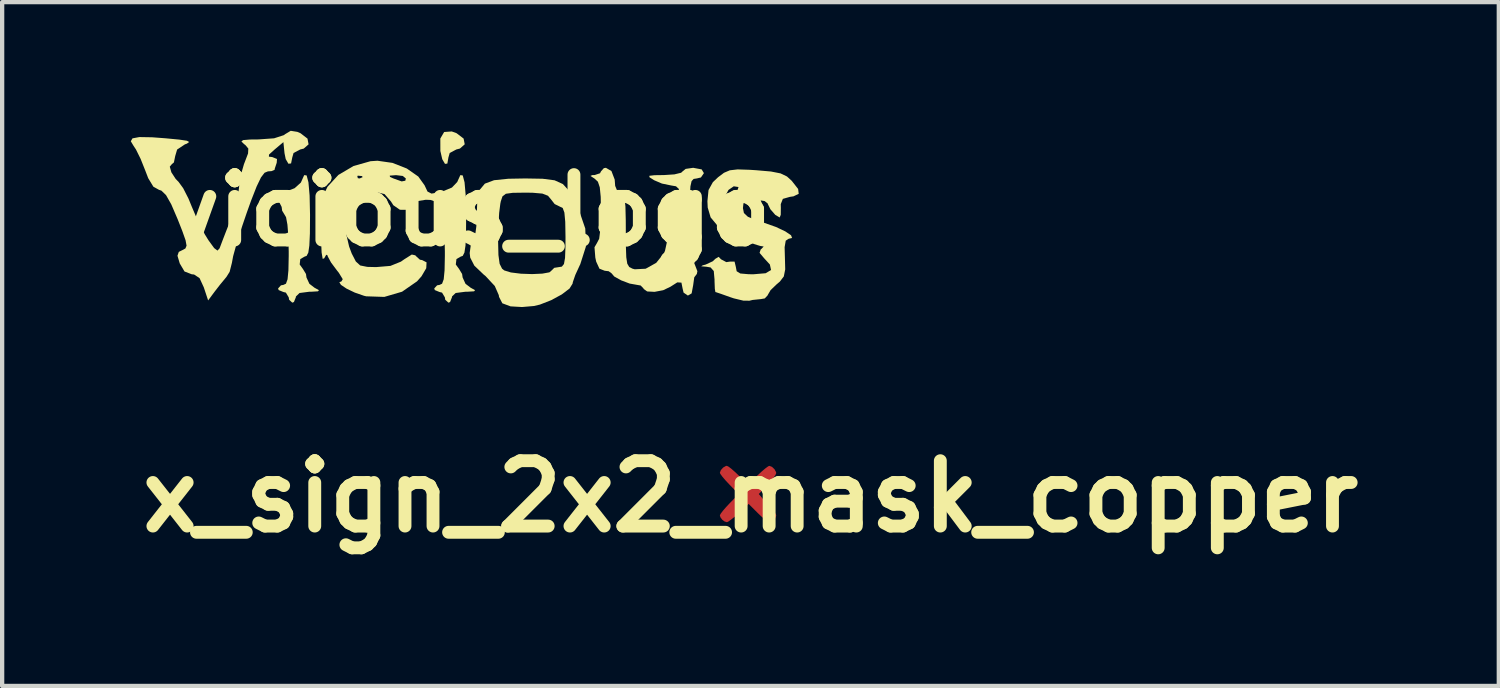
<source format=kicad_pcb>
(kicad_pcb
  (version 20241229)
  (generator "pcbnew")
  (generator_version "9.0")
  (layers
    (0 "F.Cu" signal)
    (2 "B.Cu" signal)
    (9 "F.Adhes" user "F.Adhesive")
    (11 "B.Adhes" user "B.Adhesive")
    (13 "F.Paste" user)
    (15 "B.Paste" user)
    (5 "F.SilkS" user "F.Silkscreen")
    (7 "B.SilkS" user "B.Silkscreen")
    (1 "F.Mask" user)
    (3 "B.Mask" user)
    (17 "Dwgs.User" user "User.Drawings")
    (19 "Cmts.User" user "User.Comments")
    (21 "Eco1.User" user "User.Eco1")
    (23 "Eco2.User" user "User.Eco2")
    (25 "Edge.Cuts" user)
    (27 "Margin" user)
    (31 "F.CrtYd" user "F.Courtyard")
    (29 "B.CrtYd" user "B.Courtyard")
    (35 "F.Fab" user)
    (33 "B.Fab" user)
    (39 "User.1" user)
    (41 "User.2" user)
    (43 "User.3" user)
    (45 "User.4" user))
  (footprint "vicious_logo"
    (layer "F.Cu")
    (at 7.902 1.856)
    (property "Reference" "vicious_logo" (at 0 0 0) (layer "F.SilkS") (effects (font (size 1.524 1.524) (thickness 0.3))))
    (attr board_only exclude_from_pos_files exclude_from_bom)
    (fp_poly (pts (xy -0.306 -1.8) (xy -0.142 -1.675) (xy -0.116 -1.541) (xy -0.228 -1.442) (xy -0.311 -1.421) (xy -0.466 -1.339) (xy -0.496 -1.235) (xy -0.521 -1.092) (xy -0.576 -1.085) (xy -0.64 -1.194) (xy -0.684 -1.386) (xy -0.685 -1.676) (xy -0.596 -1.828) (xy -0.418 -1.841)) (stroke (width 0) (type solid)) (fill yes) (layer "F.SilkS"))
    (fp_poly (pts (xy -3.802 -0.815) (xy -3.76 -0.655) (xy -3.733 -0.349) (xy -3.723 0.098) (xy -3.723 0.124) (xy -3.726 0.542) (xy -3.739 0.82) (xy -3.763 0.984) (xy -3.803 1.061) (xy -3.847 1.076) (xy -3.95 1.135) (xy -3.964 1.261) (xy -3.889 1.365) (xy -3.817 1.483) (xy -3.806 1.564) (xy -3.738 1.711) (xy -3.62 1.802) (xy -3.515 1.86) (xy -3.538 1.887) (xy -3.706 1.897) (xy -3.744 1.897) (xy -3.968 1.926) (xy -4.052 2.007) (xy -4.054 2.027) (xy -4.099 2.137) (xy -4.137 2.151) (xy -4.21 2.084) (xy -4.22 2.027) (xy -4.286 1.917) (xy -4.344 1.903) (xy -4.454 1.858) (xy -4.468 1.82) (xy -4.401 1.747) (xy -4.344 1.737) (xy -4.284 1.709) (xy -4.247 1.606) (xy -4.227 1.4) (xy -4.22 1.063) (xy -4.22 0.956) (xy -4.228 0.611) (xy -4.25 0.332) (xy -4.282 0.159) (xy -4.302 0.124) (xy -4.373 0.007) (xy -4.385 -0.082) (xy -4.457 -0.223) (xy -4.571 -0.269) (xy -4.645 -0.298) (xy -4.58 -0.342) (xy -4.367 -0.408) (xy -4.082 -0.518) (xy -3.936 -0.65) (xy -3.927 -0.671) (xy -3.859 -0.823)) (stroke (width 0) (type solid)) (fill yes) (layer "F.SilkS"))
    (fp_poly (pts (xy 1.7 -0.738) (xy 1.979 -0.702) (xy 2.173 -0.614) (xy 2.321 -0.452) (xy 2.464 -0.194) (xy 2.535 -0.044) (xy 2.695 0.423) (xy 2.709 0.845) (xy 2.578 1.256) (xy 2.565 1.282) (xy 2.463 1.504) (xy 2.405 1.672) (xy 2.399 1.707) (xy 2.328 1.822) (xy 2.146 1.96) (xy 1.901 2.093) (xy 1.638 2.196) (xy 1.5 2.229) (xy 1.22 2.253) (xy 0.958 2.238) (xy 0.951 2.237) (xy 0.761 2.166) (xy 0.684 2.016) (xy 0.678 1.975) (xy 0.585 1.763) (xy 0.368 1.53) (xy 0.326 1.496) (xy 0.108 1.288) (xy 0.012 1.101) (xy 0 0.994) (xy 0.026 0.804) (xy 0.079 0.709) (xy 0.662 0.709) (xy 0.67 1.041) (xy 0.698 1.245) (xy 0.755 1.359) (xy 0.807 1.4) (xy 0.961 1.447) (xy 1.195 1.476) (xy 1.456 1.485) (xy 1.695 1.474) (xy 1.859 1.444) (xy 1.903 1.407) (xy 1.972 1.339) (xy 2.068 1.324) (xy 2.149 1.311) (xy 2.198 1.25) (xy 2.223 1.109) (xy 2.233 0.856) (xy 2.234 0.621) (xy 2.228 0.267) (xy 2.208 0.051) (xy 2.169 -0.056) (xy 2.113 -0.083) (xy 1.981 -0.148) (xy 1.903 -0.248) (xy 1.826 -0.341) (xy 1.695 -0.392) (xy 1.464 -0.412) (xy 1.29 -0.414) (xy 1.005 -0.41) (xy 0.843 -0.388) (xy 0.764 -0.327) (xy 0.725 -0.21) (xy 0.714 -0.155) (xy 0.687 0.059) (xy 0.669 0.371) (xy 0.662 0.709) (xy 0.079 0.709) (xy 0.083 0.703) (xy 0.124 0.601) (xy 0.154 0.38) (xy 0.165 0.088) (xy 0.165 0.083) (xy 0.178 -0.249) (xy 0.232 -0.478) (xy 0.354 -0.624) (xy 0.568 -0.704) (xy 0.9 -0.738) (xy 1.295 -0.745)) (stroke (width 0) (type solid)) (fill yes) (layer "F.SilkS"))
    (fp_poly (pts (xy 5.409 -0.956) (xy 5.461 -0.869) (xy 5.392 -0.768) (xy 5.295 -0.745) (xy 5.222 -0.734) (xy 5.174 -0.683) (xy 5.147 -0.562) (xy 5.134 -0.343) (xy 5.13 0.004) (xy 5.13 0.145) (xy 5.142 0.658) (xy 5.179 1.021) (xy 5.242 1.247) (xy 5.249 1.262) (xy 5.309 1.418) (xy 5.295 1.489) (xy 5.29 1.489) (xy 5.236 1.561) (xy 5.212 1.734) (xy 5.212 1.737) (xy 5.175 1.935) (xy 5.088 1.986) (xy 4.987 1.917) (xy 4.964 1.82) (xy 4.937 1.684) (xy 4.841 1.678) (xy 4.679 1.781) (xy 4.511 1.861) (xy 4.311 1.899) (xy 4.139 1.89) (xy 4.055 1.831) (xy 4.054 1.82) (xy 3.986 1.751) (xy 3.905 1.737) (xy 3.73 1.706) (xy 3.53 1.63) (xy 3.369 1.54) (xy 3.31 1.469) (xy 3.24 1.418) (xy 3.148 1.407) (xy 3.025 1.359) (xy 2.949 1.193) (xy 2.929 1.1) (xy 2.91 0.859) (xy 2.966 0.763) (xy 3.019 0.661) (xy 3.051 0.406) (xy 3.061 0.039) (xy 3.055 -0.315) (xy 3.033 -0.539) (xy 2.989 -0.669) (xy 2.916 -0.738) (xy 2.816 -0.804) (xy 2.86 -0.823) (xy 2.916 -0.825) (xy 3.039 -0.866) (xy 3.061 -0.91) (xy 3.128 -0.985) (xy 3.176 -0.993) (xy 3.305 -0.918) (xy 3.381 -0.719) (xy 3.392 -0.572) (xy 3.446 -0.442) (xy 3.516 -0.414) (xy 3.573 -0.387) (xy 3.61 -0.289) (xy 3.631 -0.094) (xy 3.639 0.227) (xy 3.64 0.453) (xy 3.642 0.84) (xy 3.651 1.093) (xy 3.674 1.242) (xy 3.72 1.32) (xy 3.794 1.358) (xy 3.848 1.373) (xy 4.103 1.36) (xy 4.349 1.223) (xy 4.53 0.997) (xy 4.554 0.942) (xy 4.595 0.753) (xy 4.623 0.464) (xy 4.633 0.16) (xy 4.641 -0.153) (xy 4.667 -0.331) (xy 4.72 -0.406) (xy 4.757 -0.414) (xy 4.867 -0.458) (xy 4.881 -0.496) (xy 4.811 -0.562) (xy 4.695 -0.582) (xy 4.482 -0.626) (xy 4.302 -0.703) (xy 4.193 -0.772) (xy 4.188 -0.807) (xy 4.31 -0.821) (xy 4.53 -0.824) (xy 4.773 -0.84) (xy 4.93 -0.878) (xy 4.964 -0.91) (xy 5.036 -0.968) (xy 5.209 -0.993) (xy 5.212 -0.993)) (stroke (width 0) (type solid)) (fill yes) (layer "F.SilkS"))
    (fp_poly (pts (xy -4.018 -1.831) (xy -3.944 -1.799) (xy -3.782 -1.674) (xy -3.757 -1.54) (xy -3.87 -1.441) (xy -3.951 -1.421) (xy -4.107 -1.339) (xy -4.137 -1.235) (xy -4.165 -1.095) (xy -4.227 -1.088) (xy -4.29 -1.197) (xy -4.318 -1.334) (xy -4.344 -1.592) (xy -4.55 -1.419) (xy -4.679 -1.302) (xy -4.682 -1.253) (xy -4.604 -1.244) (xy -4.493 -1.199) (xy -4.5 -1.11) (xy -4.544 -0.978) (xy -4.55 -0.945) (xy -4.62 -0.916) (xy -4.705 -0.91) (xy -4.783 -0.878) (xy -4.867 -0.768) (xy -4.968 -0.558) (xy -5.098 -0.226) (xy -5.201 0.062) (xy -5.334 0.452) (xy -5.442 0.8) (xy -5.516 1.068) (xy -5.544 1.219) (xy -5.544 1.22) (xy -5.598 1.433) (xy -5.672 1.551) (xy -5.819 1.729) (xy -5.95 1.898) (xy -6.099 2.099) (xy -6.2 1.794) (xy -6.299 1.579) (xy -6.426 1.495) (xy -6.483 1.489) (xy -6.65 1.424) (xy -6.761 1.236) (xy -6.814 1.057) (xy -6.783 0.967) (xy -6.7 0.926) (xy -6.629 0.888) (xy -6.602 0.823) (xy -6.625 0.696) (xy -6.703 0.476) (xy -6.809 0.207) (xy -6.959 -0.142) (xy -7.081 -0.357) (xy -7.189 -0.461) (xy -7.245 -0.48) (xy -7.376 -0.553) (xy -7.496 -0.751) (xy -7.567 -0.935) (xy -7.674 -1.203) (xy -7.782 -1.421) (xy -7.836 -1.502) (xy -7.902 -1.612) (xy -7.863 -1.68) (xy -7.703 -1.71) (xy -7.405 -1.705) (xy -7.099 -1.682) (xy -6.773 -1.651) (xy -6.593 -1.624) (xy -6.54 -1.595) (xy -6.594 -1.557) (xy -6.64 -1.54) (xy -6.822 -1.419) (xy -6.867 -1.266) (xy -6.897 -1.119) (xy -6.947 -1.076) (xy -6.993 -1.02) (xy -6.956 -0.888) (xy -6.855 -0.733) (xy -6.786 -0.662) (xy -6.681 -0.518) (xy -6.558 -0.277) (xy -6.477 -0.08) (xy -6.34 0.242) (xy -6.178 0.555) (xy -6.092 0.695) (xy -5.958 0.879) (xy -5.881 0.937) (xy -5.833 0.886) (xy -5.822 0.858) (xy -5.763 0.701) (xy -5.666 0.45) (xy -5.572 0.213) (xy -5.468 -0.093) (xy -5.397 -0.38) (xy -5.378 -0.542) (xy -5.345 -0.797) (xy -5.263 -1.08) (xy -5.246 -1.123) (xy -5.168 -1.328) (xy -5.162 -1.442) (xy -5.23 -1.523) (xy -5.262 -1.547) (xy -5.323 -1.607) (xy -5.284 -1.639) (xy -5.12 -1.653) (xy -4.924 -1.655) (xy -4.561 -1.681) (xy -4.333 -1.755) (xy -4.303 -1.778) (xy -4.173 -1.856)) (stroke (width 0) (type solid)) (fill yes) (layer "F.SilkS"))
    (fp_poly (pts (xy 6.525 -0.947) (xy 6.68 -0.937) (xy 7.024 -0.907) (xy 7.248 -0.863) (xy 7.398 -0.791) (xy 7.508 -0.691) (xy 7.658 -0.5) (xy 7.672 -0.387) (xy 7.55 -0.328) (xy 7.467 -0.316) (xy 7.302 -0.269) (xy 7.253 -0.146) (xy 7.255 -0.062) (xy 7.253 0.103) (xy 7.228 0.165) (xy 7.126 0.105) (xy 7.012 -0.026) (xy 6.951 -0.15) (xy 6.95 -0.16) (xy 6.877 -0.218) (xy 6.698 -0.247) (xy 6.66 -0.248) (xy 6.464 -0.232) (xy 6.383 -0.162) (xy 6.371 -0.054) (xy 6.394 0.061) (xy 6.486 0.148) (xy 6.683 0.231) (xy 6.868 0.29) (xy 7.143 0.387) (xy 7.36 0.49) (xy 7.493 0.58) (xy 7.517 0.643) (xy 7.436 0.662) (xy 7.369 0.706) (xy 7.343 0.858) (xy 7.35 1.105) (xy 7.357 1.375) (xy 7.324 1.54) (xy 7.232 1.66) (xy 7.164 1.717) (xy 7.016 1.859) (xy 6.95 1.972) (xy 6.95 1.977) (xy 6.881 2.052) (xy 6.791 2.068) (xy 6.597 2.088) (xy 6.522 2.106) (xy 6.38 2.104) (xy 6.159 2.051) (xy 6.081 2.025) (xy 5.873 1.951) (xy 5.746 1.908) (xy 5.729 1.904) (xy 5.716 1.83) (xy 5.709 1.651) (xy 5.709 1.613) (xy 5.691 1.414) (xy 5.617 1.33) (xy 5.523 1.314) (xy 5.398 1.303) (xy 5.434 1.281) (xy 5.502 1.263) (xy 5.668 1.186) (xy 5.729 1.128) (xy 5.806 1.083) (xy 5.86 1.14) (xy 5.984 1.206) (xy 6.067 1.194) (xy 6.176 1.193) (xy 6.205 1.315) (xy 6.225 1.419) (xy 6.31 1.471) (xy 6.504 1.488) (xy 6.619 1.489) (xy 6.901 1.465) (xy 7.027 1.39) (xy 6.999 1.261) (xy 6.865 1.115) (xy 6.759 0.99) (xy 6.786 0.909) (xy 6.803 0.897) (xy 6.855 0.842) (xy 6.775 0.829) (xy 6.627 0.784) (xy 6.417 0.672) (xy 6.341 0.623) (xy 6.162 0.52) (xy 6.054 0.495) (xy 6.04 0.514) (xy 5.989 0.523) (xy 5.86 0.434) (xy 5.792 0.372) (xy 5.618 0.163) (xy 5.55 -0.066) (xy 5.543 -0.215) (xy 5.552 -0.306) (xy 5.957 -0.306) (xy 5.964 -0.194) (xy 6.009 -0.197) (xy 6.129 -0.319) (xy 6.131 -0.321) (xy 6.241 -0.461) (xy 6.268 -0.544) (xy 6.267 -0.545) (xy 6.157 -0.562) (xy 6.035 -0.478) (xy 5.961 -0.342) (xy 5.957 -0.306) (xy 5.552 -0.306) (xy 5.569 -0.475) (xy 5.67 -0.658) (xy 5.79 -0.772) (xy 5.929 -0.877) (xy 6.065 -0.935) (xy 6.247 -0.956)) (stroke (width 0) (type solid)) (fill yes) (layer "F.SilkS"))
    (fp_poly (pts (xy -1.801 -1.108) (xy -1.467 -0.977) (xy -1.199 -0.79) (xy -1.052 -0.585) (xy -0.984 -0.44) (xy -0.891 -0.392) (xy -0.715 -0.42) (xy -0.651 -0.435) (xy -0.414 -0.533) (xy -0.289 -0.664) (xy -0.287 -0.671) (xy -0.218 -0.823) (xy -0.162 -0.815) (xy -0.12 -0.655) (xy -0.093 -0.348) (xy -0.083 0.098) (xy -0.083 0.124) (xy -0.086 0.542) (xy -0.098 0.82) (xy -0.123 0.984) (xy -0.163 1.061) (xy -0.207 1.076) (xy -0.309 1.135) (xy -0.324 1.261) (xy -0.248 1.365) (xy -0.177 1.483) (xy -0.165 1.564) (xy -0.098 1.711) (xy 0.021 1.802) (xy 0.125 1.86) (xy 0.102 1.887) (xy -0.065 1.897) (xy -0.103 1.897) (xy -0.328 1.926) (xy -0.412 2.007) (xy -0.414 2.027) (xy -0.458 2.137) (xy -0.496 2.151) (xy -0.57 2.084) (xy -0.579 2.027) (xy -0.645 1.917) (xy -0.703 1.903) (xy -0.813 1.858) (xy -0.827 1.82) (xy -0.76 1.747) (xy -0.703 1.737) (xy -0.644 1.709) (xy -0.606 1.606) (xy -0.586 1.4) (xy -0.579 1.063) (xy -0.579 0.956) (xy -0.587 0.611) (xy -0.61 0.332) (xy -0.642 0.159) (xy -0.662 0.124) (xy -0.731 0.007) (xy -0.745 -0.088) (xy -0.78 -0.2) (xy -0.916 -0.244) (xy -1.025 -0.248) (xy -1.251 -0.212) (xy -1.354 -0.124) (xy -1.465 -0.013) (xy -1.627 -0.015) (xy -1.781 -0.121) (xy -1.835 -0.207) (xy -1.985 -0.38) (xy -2.123 -0.414) (xy -2.272 -0.387) (xy -2.317 -0.34) (xy -2.387 -0.267) (xy -2.523 -0.214) (xy -2.679 -0.133) (xy -2.73 -0.04) (xy -2.775 0.069) (xy -2.813 0.083) (xy -2.876 0.154) (xy -2.894 0.336) (xy -2.872 0.581) (xy -2.812 0.841) (xy -2.751 1.005) (xy -2.655 1.191) (xy -2.553 1.284) (xy -2.387 1.317) (xy -2.183 1.322) (xy -1.849 1.294) (xy -1.604 1.195) (xy -1.527 1.141) (xy -1.35 1.029) (xy -1.265 1.048) (xy -1.261 1.058) (xy -1.16 1.15) (xy -1.11 1.158) (xy -1.006 1.211) (xy -1.013 1.348) (xy -1.124 1.537) (xy -1.228 1.654) (xy -1.577 1.896) (xy -1.991 2.017) (xy -2.413 2.003) (xy -2.464 1.991) (xy -2.68 1.916) (xy -2.871 1.824) (xy -3.002 1.736) (xy -3.04 1.674) (xy -2.992 1.657) (xy -2.96 1.604) (xy -3.052 1.454) (xy -3.095 1.4) (xy -3.233 1.215) (xy -3.31 1.072) (xy -3.315 1.049) (xy -3.345 1.033) (xy -3.392 1.117) (xy -3.428 1.13) (xy -3.453 0.981) (xy -3.466 0.673) (xy -3.469 0.496) (xy -3.465 0.095) (xy -3.442 -0.185) (xy -3.395 -0.385) (xy -3.316 -0.55) (xy -3.312 -0.555) (xy -3.087 -0.8) (xy -2.62 -0.8) (xy -2.609 -0.751) (xy -2.565 -0.745) (xy -2.497 -0.775) (xy -2.51 -0.8) (xy -2.608 -0.81) (xy -2.62 -0.8) (xy -3.087 -0.8) (xy -3.076 -0.811) (xy -1.864 -0.811) (xy -1.859 -0.782) (xy -1.779 -0.745) (xy -1.586 -0.676) (xy -1.501 -0.692) (xy -1.489 -0.745) (xy -1.56 -0.803) (xy -1.717 -0.822) (xy -1.864 -0.811) (xy -3.076 -0.811) (xy -3.062 -0.827) (xy -2.709 -1.035) (xy -2.313 -1.147) (xy -2.151 -1.158)) (stroke (width 0) (type solid)) (fill yes) (layer "F.SilkS")))
  (footprint "x_sign_2x2_mask_copper"
    (layer "F.Cu")
    (at 14.449 8.527)
    (property "Reference" "x_sign_2x2_mask_copper" (at 0 0 0) (layer "F.SilkS") (effects (font (size 1.524 1.524) (thickness 0.3))))
    (attr board_only exclude_from_pos_files exclude_from_bom)
    (fp_poly (pts (xy 0.502 -0.691) (xy 0.561 -0.635) (xy 0.597 -0.567) (xy 0.6 -0.544) (xy 0.581 -0.499) (xy 0.53 -0.426) (xy 0.455 -0.336) (xy 0.397 -0.272) (xy 0.194 -0.058) (xy 0.308 0.078) (xy 0.387 0.168) (xy 0.468 0.255) (xy 0.512 0.299) (xy 0.567 0.366) (xy 0.598 0.431) (xy 0.6 0.447) (xy 0.576 0.512) (xy 0.516 0.57) (xy 0.444 0.6) (xy 0.43 0.601) (xy 0.393 0.581) (xy 0.327 0.53) (xy 0.241 0.454) (xy 0.172 0.387) (xy -0.043 0.173) (xy -0.271 0.386) (xy -0.369 0.473) (xy -0.456 0.542) (xy -0.521 0.587) (xy -0.55 0.599) (xy -0.606 0.581) (xy -0.657 0.543) (xy -0.7 0.486) (xy -0.714 0.44) (xy -0.695 0.402) (xy -0.644 0.334) (xy -0.568 0.246) (xy -0.495 0.168) (xy -0.276 -0.057) (xy -0.495 -0.283) (xy -0.584 -0.378) (xy -0.656 -0.463) (xy -0.702 -0.526) (xy -0.714 -0.554) (xy -0.691 -0.615) (xy -0.637 -0.675) (xy -0.573 -0.712) (xy -0.551 -0.715) (xy -0.511 -0.696) (xy -0.443 -0.644) (xy -0.355 -0.567) (xy -0.28 -0.495) (xy -0.059 -0.275) (xy 0.167 -0.495) (xy 0.263 -0.584) (xy 0.348 -0.656) (xy 0.411 -0.702) (xy 0.44 -0.715)) (stroke (width 0) (type solid)) (fill yes) (layer "F.Cu"))
    (fp_poly (pts (xy 0.502 -0.691) (xy 0.561 -0.635) (xy 0.597 -0.567) (xy 0.6 -0.544) (xy 0.581 -0.499) (xy 0.53 -0.426) (xy 0.455 -0.336) (xy 0.397 -0.272) (xy 0.194 -0.058) (xy 0.308 0.078) (xy 0.387 0.168) (xy 0.468 0.255) (xy 0.512 0.299) (xy 0.567 0.366) (xy 0.598 0.431) (xy 0.6 0.447) (xy 0.576 0.512) (xy 0.516 0.57) (xy 0.444 0.6) (xy 0.43 0.601) (xy 0.393 0.581) (xy 0.327 0.53) (xy 0.241 0.454) (xy 0.172 0.387) (xy -0.043 0.173) (xy -0.271 0.386) (xy -0.369 0.473) (xy -0.456 0.542) (xy -0.521 0.587) (xy -0.55 0.599) (xy -0.606 0.581) (xy -0.657 0.543) (xy -0.7 0.486) (xy -0.714 0.44) (xy -0.695 0.402) (xy -0.644 0.334) (xy -0.568 0.246) (xy -0.495 0.168) (xy -0.276 -0.057) (xy -0.495 -0.283) (xy -0.584 -0.378) (xy -0.656 -0.463) (xy -0.702 -0.526) (xy -0.714 -0.554) (xy -0.691 -0.615) (xy -0.637 -0.675) (xy -0.573 -0.712) (xy -0.551 -0.715) (xy -0.511 -0.696) (xy -0.443 -0.644) (xy -0.355 -0.567) (xy -0.28 -0.495) (xy -0.059 -0.275) (xy 0.167 -0.495) (xy 0.263 -0.584) (xy 0.348 -0.656) (xy 0.411 -0.702) (xy 0.44 -0.715)) (stroke (width 0) (type solid)) (fill yes) (layer "F.Mask")))
  (gr_rect
    (start -3 -3)
    (end 31.898 12.945)
    (stroke (width 0.1) (type default))
    (fill no)
    (layer "Edge.Cuts")))
</source>
